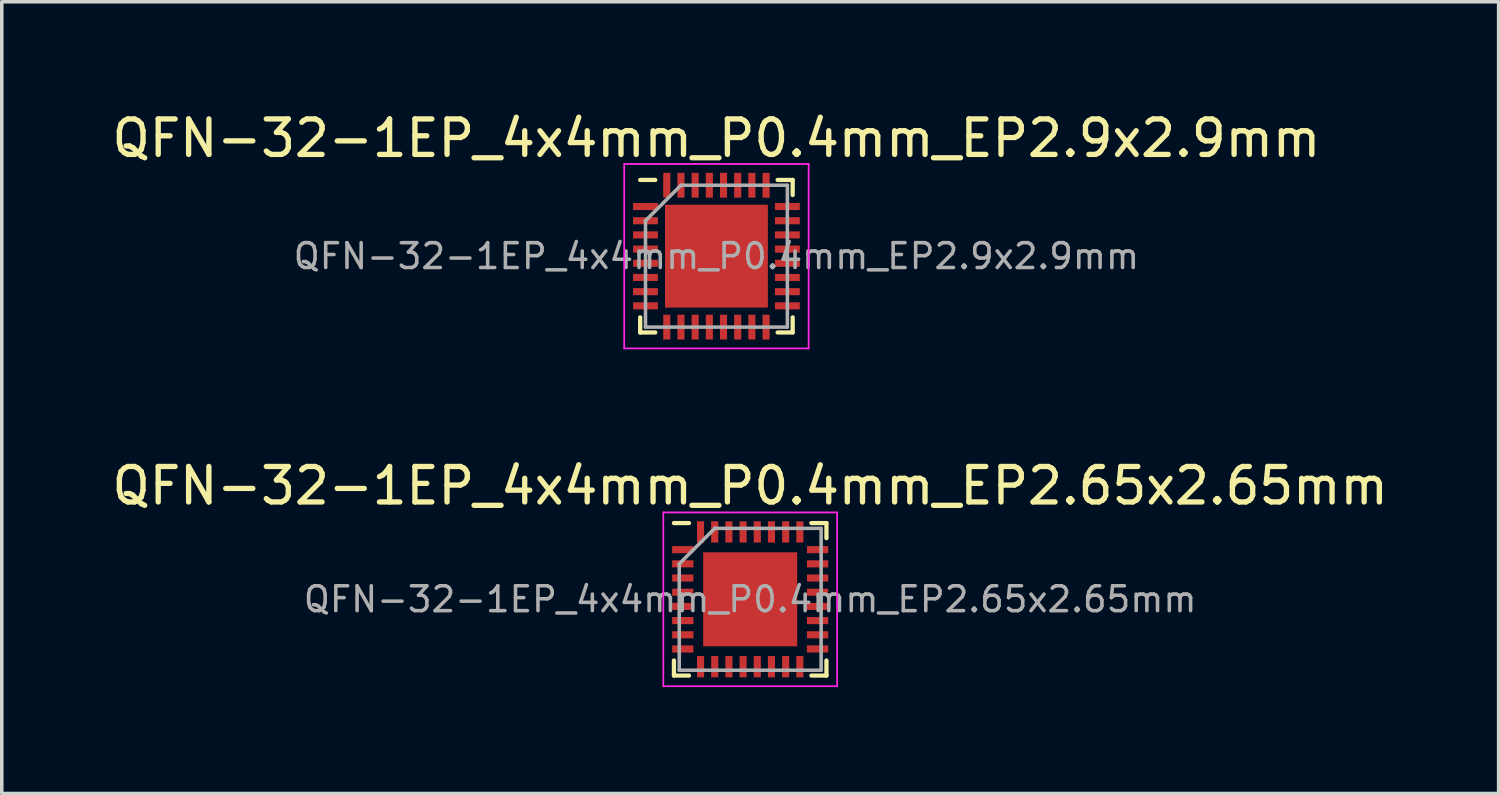
<source format=kicad_pcb>
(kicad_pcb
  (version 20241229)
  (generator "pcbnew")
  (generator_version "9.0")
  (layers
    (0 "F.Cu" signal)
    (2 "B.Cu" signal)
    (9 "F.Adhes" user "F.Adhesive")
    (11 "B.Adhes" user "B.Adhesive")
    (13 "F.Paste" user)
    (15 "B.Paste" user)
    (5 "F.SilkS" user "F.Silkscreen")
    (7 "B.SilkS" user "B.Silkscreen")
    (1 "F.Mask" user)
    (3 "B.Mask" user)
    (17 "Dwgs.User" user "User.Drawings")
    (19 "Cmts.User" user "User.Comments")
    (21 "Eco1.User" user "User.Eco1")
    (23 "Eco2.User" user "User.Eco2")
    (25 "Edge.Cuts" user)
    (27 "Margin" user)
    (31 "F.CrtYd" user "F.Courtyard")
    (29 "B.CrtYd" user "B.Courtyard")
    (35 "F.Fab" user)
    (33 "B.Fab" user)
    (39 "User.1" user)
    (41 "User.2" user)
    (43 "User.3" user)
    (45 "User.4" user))
  (footprint "QFN-32-1EP_4x4mm_P0.4mm_EP2.9x2.9mm"
    (layer "F.Cu")
    (at 17.149 4.173)
    (property "Reference" "QFN-32-1EP_4x4mm_P0.4mm_EP2.9x2.9mm" (at 0 -3.325 0) (layer "F.SilkS") (effects (font (size 1 1) (thickness 0.15))))
    (attr smd)
    (fp_line (start -2.15 -2.15) (end -1.725 -2.15) (stroke (width 0.12) (type solid)) (layer "F.SilkS"))
    (fp_line (start -2.15 2.15) (end -2.15 1.725) (stroke (width 0.12) (type solid)) (layer "F.SilkS"))
    (fp_line (start -2.15 2.15) (end -1.725 2.15) (stroke (width 0.12) (type solid)) (layer "F.SilkS"))
    (fp_line (start 2.15 -2.15) (end 1.725 -2.15) (stroke (width 0.12) (type solid)) (layer "F.SilkS"))
    (fp_line (start 2.15 -2.15) (end 2.15 -1.725) (stroke (width 0.12) (type solid)) (layer "F.SilkS"))
    (fp_line (start 2.15 2.15) (end 1.725 2.15) (stroke (width 0.12) (type solid)) (layer "F.SilkS"))
    (fp_line (start 2.15 2.15) (end 2.15 1.725) (stroke (width 0.12) (type solid)) (layer "F.SilkS"))
    (fp_line (start -2.6 -2.6) (end -2.6 2.6) (stroke (width 0.05) (type solid)) (layer "F.CrtYd"))
    (fp_line (start -2.6 -2.6) (end 2.6 -2.6) (stroke (width 0.05) (type solid)) (layer "F.CrtYd"))
    (fp_line (start -2.6 2.6) (end 2.6 2.6) (stroke (width 0.05) (type solid)) (layer "F.CrtYd"))
    (fp_line (start 2.6 -2.6) (end 2.6 2.6) (stroke (width 0.05) (type solid)) (layer "F.CrtYd"))
    (fp_line (start -2 -1) (end -1 -2) (stroke (width 0.1) (type solid)) (layer "F.Fab"))
    (fp_line (start -2 2) (end -2 -1) (stroke (width 0.1) (type solid)) (layer "F.Fab"))
    (fp_line (start -1 -2) (end 2 -2) (stroke (width 0.1) (type solid)) (layer "F.Fab"))
    (fp_line (start 2 -2) (end 2 2) (stroke (width 0.1) (type solid)) (layer "F.Fab"))
    (fp_line (start 2 2) (end -2 2) (stroke (width 0.1) (type solid)) (layer "F.Fab"))
    (fp_text user "${REFERENCE}" (at 0 0 0) (layer "F.Fab") (effects (font (size 0.7 0.7) (thickness 0.1))))
    (pad "" smd rect (at -0.7 -0.7) (size 1.25 1.25) (layers "F.Paste"))
    (pad "" smd rect (at -0.7 0.7) (size 1.25 1.25) (layers "F.Paste"))
    (pad "" smd rect (at 0.7 -0.7) (size 1.25 1.25) (layers "F.Paste"))
    (pad "" smd rect (at 0.7 0.7) (size 1.25 1.25) (layers "F.Paste"))
    (pad "1" smd rect (at -2 -1.4) (size 0.7 0.2) (layers "F.Cu" "F.Mask" "F.Paste"))
    (pad "2" smd rect (at -2 -1) (size 0.7 0.2) (layers "F.Cu" "F.Mask" "F.Paste"))
    (pad "3" smd rect (at -2 -0.6) (size 0.7 0.2) (layers "F.Cu" "F.Mask" "F.Paste"))
    (pad "4" smd rect (at -2 -0.2) (size 0.7 0.2) (layers "F.Cu" "F.Mask" "F.Paste"))
    (pad "5" smd rect (at -2 0.2) (size 0.7 0.2) (layers "F.Cu" "F.Mask" "F.Paste"))
    (pad "6" smd rect (at -2 0.6) (size 0.7 0.2) (layers "F.Cu" "F.Mask" "F.Paste"))
    (pad "7" smd rect (at -2 1) (size 0.7 0.2) (layers "F.Cu" "F.Mask" "F.Paste"))
    (pad "8" smd rect (at -2 1.4) (size 0.7 0.2) (layers "F.Cu" "F.Mask" "F.Paste"))
    (pad "9" smd rect (at -1.4 2 90) (size 0.7 0.2) (layers "F.Cu" "F.Mask" "F.Paste"))
    (pad "10" smd rect (at -1 2 90) (size 0.7 0.2) (layers "F.Cu" "F.Mask" "F.Paste"))
    (pad "11" smd rect (at -0.6 2 90) (size 0.7 0.2) (layers "F.Cu" "F.Mask" "F.Paste"))
    (pad "12" smd rect (at -0.2 2 90) (size 0.7 0.2) (layers "F.Cu" "F.Mask" "F.Paste"))
    (pad "13" smd rect (at 0.2 2 90) (size 0.7 0.2) (layers "F.Cu" "F.Mask" "F.Paste"))
    (pad "14" smd rect (at 0.6 2 90) (size 0.7 0.2) (layers "F.Cu" "F.Mask" "F.Paste"))
    (pad "15" smd rect (at 1 2 90) (size 0.7 0.2) (layers "F.Cu" "F.Mask" "F.Paste"))
    (pad "16" smd rect (at 1.4 2 90) (size 0.7 0.2) (layers "F.Cu" "F.Mask" "F.Paste"))
    (pad "17" smd rect (at 2 1.4) (size 0.7 0.2) (layers "F.Cu" "F.Mask" "F.Paste"))
    (pad "18" smd rect (at 2 1) (size 0.7 0.2) (layers "F.Cu" "F.Mask" "F.Paste"))
    (pad "19" smd rect (at 2 0.6) (size 0.7 0.2) (layers "F.Cu" "F.Mask" "F.Paste"))
    (pad "20" smd rect (at 2 0.2) (size 0.7 0.2) (layers "F.Cu" "F.Mask" "F.Paste"))
    (pad "21" smd rect (at 2 -0.2) (size 0.7 0.2) (layers "F.Cu" "F.Mask" "F.Paste"))
    (pad "22" smd rect (at 2 -0.6) (size 0.7 0.2) (layers "F.Cu" "F.Mask" "F.Paste"))
    (pad "23" smd rect (at 2 -1) (size 0.7 0.2) (layers "F.Cu" "F.Mask" "F.Paste"))
    (pad "24" smd rect (at 2 -1.4) (size 0.7 0.2) (layers "F.Cu" "F.Mask" "F.Paste"))
    (pad "25" smd rect (at 1.4 -2 90) (size 0.7 0.2) (layers "F.Cu" "F.Mask" "F.Paste"))
    (pad "26" smd rect (at 1 -2 90) (size 0.7 0.2) (layers "F.Cu" "F.Mask" "F.Paste"))
    (pad "27" smd rect (at 0.6 -2 90) (size 0.7 0.2) (layers "F.Cu" "F.Mask" "F.Paste"))
    (pad "28" smd rect (at 0.2 -2 90) (size 0.7 0.2) (layers "F.Cu" "F.Mask" "F.Paste"))
    (pad "29" smd rect (at -0.2 -2 90) (size 0.7 0.2) (layers "F.Cu" "F.Mask" "F.Paste"))
    (pad "30" smd rect (at -0.6 -2 90) (size 0.7 0.2) (layers "F.Cu" "F.Mask" "F.Paste"))
    (pad "31" smd rect (at -1 -2 90) (size 0.7 0.2) (layers "F.Cu" "F.Mask" "F.Paste"))
    (pad "32" smd rect (at -1.4 -2 90) (size 0.7 0.2) (layers "F.Cu" "F.Mask" "F.Paste"))
    (pad "33" smd rect (at 0 0) (size 2.9 2.9) (layers "F.Cu" "F.Mask")))
  (footprint "QFN-32-1EP_4x4mm_P0.4mm_EP2.65x2.65mm"
    (layer "F.Cu")
    (at 18.101 13.847)
    (property "Reference" "QFN-32-1EP_4x4mm_P0.4mm_EP2.65x2.65mm" (at 0 -3.2 0) (layer "F.SilkS") (effects (font (size 1 1) (thickness 0.15))))
    (attr smd)
    (fp_line (start -2.15 -2.15) (end -1.725 -2.15) (stroke (width 0.12) (type solid)) (layer "F.SilkS"))
    (fp_line (start -2.15 2.15) (end -2.15 1.725) (stroke (width 0.12) (type solid)) (layer "F.SilkS"))
    (fp_line (start -2.15 2.15) (end -1.725 2.15) (stroke (width 0.12) (type solid)) (layer "F.SilkS"))
    (fp_line (start 2.15 -2.15) (end 1.725 -2.15) (stroke (width 0.12) (type solid)) (layer "F.SilkS"))
    (fp_line (start 2.15 -2.15) (end 2.15 -1.725) (stroke (width 0.12) (type solid)) (layer "F.SilkS"))
    (fp_line (start 2.15 2.15) (end 1.725 2.15) (stroke (width 0.12) (type solid)) (layer "F.SilkS"))
    (fp_line (start 2.15 2.15) (end 2.15 1.725) (stroke (width 0.12) (type solid)) (layer "F.SilkS"))
    (fp_line (start -2.45 -2.45) (end -2.45 2.45) (stroke (width 0.05) (type solid)) (layer "F.CrtYd"))
    (fp_line (start -2.45 -2.45) (end 2.45 -2.45) (stroke (width 0.05) (type solid)) (layer "F.CrtYd"))
    (fp_line (start -2.45 2.45) (end 2.45 2.45) (stroke (width 0.05) (type solid)) (layer "F.CrtYd"))
    (fp_line (start 2.45 -2.45) (end 2.45 2.45) (stroke (width 0.05) (type solid)) (layer "F.CrtYd"))
    (fp_line (start -2 -1) (end -1 -2) (stroke (width 0.1) (type solid)) (layer "F.Fab"))
    (fp_line (start -2 2) (end -2 -1) (stroke (width 0.1) (type solid)) (layer "F.Fab"))
    (fp_line (start -1 -2) (end 2 -2) (stroke (width 0.1) (type solid)) (layer "F.Fab"))
    (fp_line (start 2 -2) (end 2 2) (stroke (width 0.1) (type solid)) (layer "F.Fab"))
    (fp_line (start 2 2) (end -2 2) (stroke (width 0.1) (type solid)) (layer "F.Fab"))
    (fp_text user "${REFERENCE}" (at 0 0 0) (layer "F.Fab") (effects (font (size 0.7 0.7) (thickness 0.1))))
    (pad "" smd rect (at -0.662 -0.662) (size 1.07 1.07) (layers "F.Paste"))
    (pad "" smd rect (at -0.662 0.662) (size 1.07 1.07) (layers "F.Paste"))
    (pad "" smd rect (at 0.662 -0.662) (size 1.07 1.07) (layers "F.Paste"))
    (pad "" smd rect (at 0.662 0.662) (size 1.07 1.07) (layers "F.Paste"))
    (pad "1" smd rect (at -1.9 -1.4) (size 0.6 0.2) (layers "F.Cu" "F.Mask" "F.Paste"))
    (pad "2" smd rect (at -1.9 -1) (size 0.6 0.2) (layers "F.Cu" "F.Mask" "F.Paste"))
    (pad "3" smd rect (at -1.9 -0.6) (size 0.6 0.2) (layers "F.Cu" "F.Mask" "F.Paste"))
    (pad "4" smd rect (at -1.9 -0.2) (size 0.6 0.2) (layers "F.Cu" "F.Mask" "F.Paste"))
    (pad "5" smd rect (at -1.9 0.2) (size 0.6 0.2) (layers "F.Cu" "F.Mask" "F.Paste"))
    (pad "6" smd rect (at -1.9 0.6) (size 0.6 0.2) (layers "F.Cu" "F.Mask" "F.Paste"))
    (pad "7" smd rect (at -1.9 1) (size 0.6 0.2) (layers "F.Cu" "F.Mask" "F.Paste"))
    (pad "8" smd rect (at -1.9 1.4) (size 0.6 0.2) (layers "F.Cu" "F.Mask" "F.Paste"))
    (pad "9" smd rect (at -1.4 1.9 90) (size 0.6 0.2) (layers "F.Cu" "F.Mask" "F.Paste"))
    (pad "10" smd rect (at -1 1.9 90) (size 0.6 0.2) (layers "F.Cu" "F.Mask" "F.Paste"))
    (pad "11" smd rect (at -0.6 1.9 90) (size 0.6 0.2) (layers "F.Cu" "F.Mask" "F.Paste"))
    (pad "12" smd rect (at -0.2 1.9 90) (size 0.6 0.2) (layers "F.Cu" "F.Mask" "F.Paste"))
    (pad "13" smd rect (at 0.2 1.9 90) (size 0.6 0.2) (layers "F.Cu" "F.Mask" "F.Paste"))
    (pad "14" smd rect (at 0.6 1.9 90) (size 0.6 0.2) (layers "F.Cu" "F.Mask" "F.Paste"))
    (pad "15" smd rect (at 1 1.9 90) (size 0.6 0.2) (layers "F.Cu" "F.Mask" "F.Paste"))
    (pad "16" smd rect (at 1.4 1.9 90) (size 0.6 0.2) (layers "F.Cu" "F.Mask" "F.Paste"))
    (pad "17" smd rect (at 1.9 1.4) (size 0.6 0.2) (layers "F.Cu" "F.Mask" "F.Paste"))
    (pad "18" smd rect (at 1.9 1) (size 0.6 0.2) (layers "F.Cu" "F.Mask" "F.Paste"))
    (pad "19" smd rect (at 1.9 0.6) (size 0.6 0.2) (layers "F.Cu" "F.Mask" "F.Paste"))
    (pad "20" smd rect (at 1.9 0.2) (size 0.6 0.2) (layers "F.Cu" "F.Mask" "F.Paste"))
    (pad "21" smd rect (at 1.9 -0.2) (size 0.6 0.2) (layers "F.Cu" "F.Mask" "F.Paste"))
    (pad "22" smd rect (at 1.9 -0.6) (size 0.6 0.2) (layers "F.Cu" "F.Mask" "F.Paste"))
    (pad "23" smd rect (at 1.9 -1) (size 0.6 0.2) (layers "F.Cu" "F.Mask" "F.Paste"))
    (pad "24" smd rect (at 1.9 -1.4) (size 0.6 0.2) (layers "F.Cu" "F.Mask" "F.Paste"))
    (pad "25" smd rect (at 1.4 -1.9 90) (size 0.6 0.2) (layers "F.Cu" "F.Mask" "F.Paste"))
    (pad "26" smd rect (at 1 -1.9 90) (size 0.6 0.2) (layers "F.Cu" "F.Mask" "F.Paste"))
    (pad "27" smd rect (at 0.6 -1.9 90) (size 0.6 0.2) (layers "F.Cu" "F.Mask" "F.Paste"))
    (pad "28" smd rect (at 0.2 -1.9 90) (size 0.6 0.2) (layers "F.Cu" "F.Mask" "F.Paste"))
    (pad "29" smd rect (at -0.2 -1.9 90) (size 0.6 0.2) (layers "F.Cu" "F.Mask" "F.Paste"))
    (pad "30" smd rect (at -0.6 -1.9 90) (size 0.6 0.2) (layers "F.Cu" "F.Mask" "F.Paste"))
    (pad "31" smd rect (at -1 -1.9 90) (size 0.6 0.2) (layers "F.Cu" "F.Mask" "F.Paste"))
    (pad "32" smd rect (at -1.4 -1.9 90) (size 0.6 0.2) (layers "F.Cu" "F.Mask" "F.Paste"))
    (pad "33" smd rect (at 0 0) (size 2.65 2.65) (layers "F.Cu" "F.Mask")))
  (gr_rect
    (start -3 -3)
    (end 39.202 19.322)
    (stroke (width 0.1) (type default))
    (fill no)
    (layer "Edge.Cuts")))
</source>
